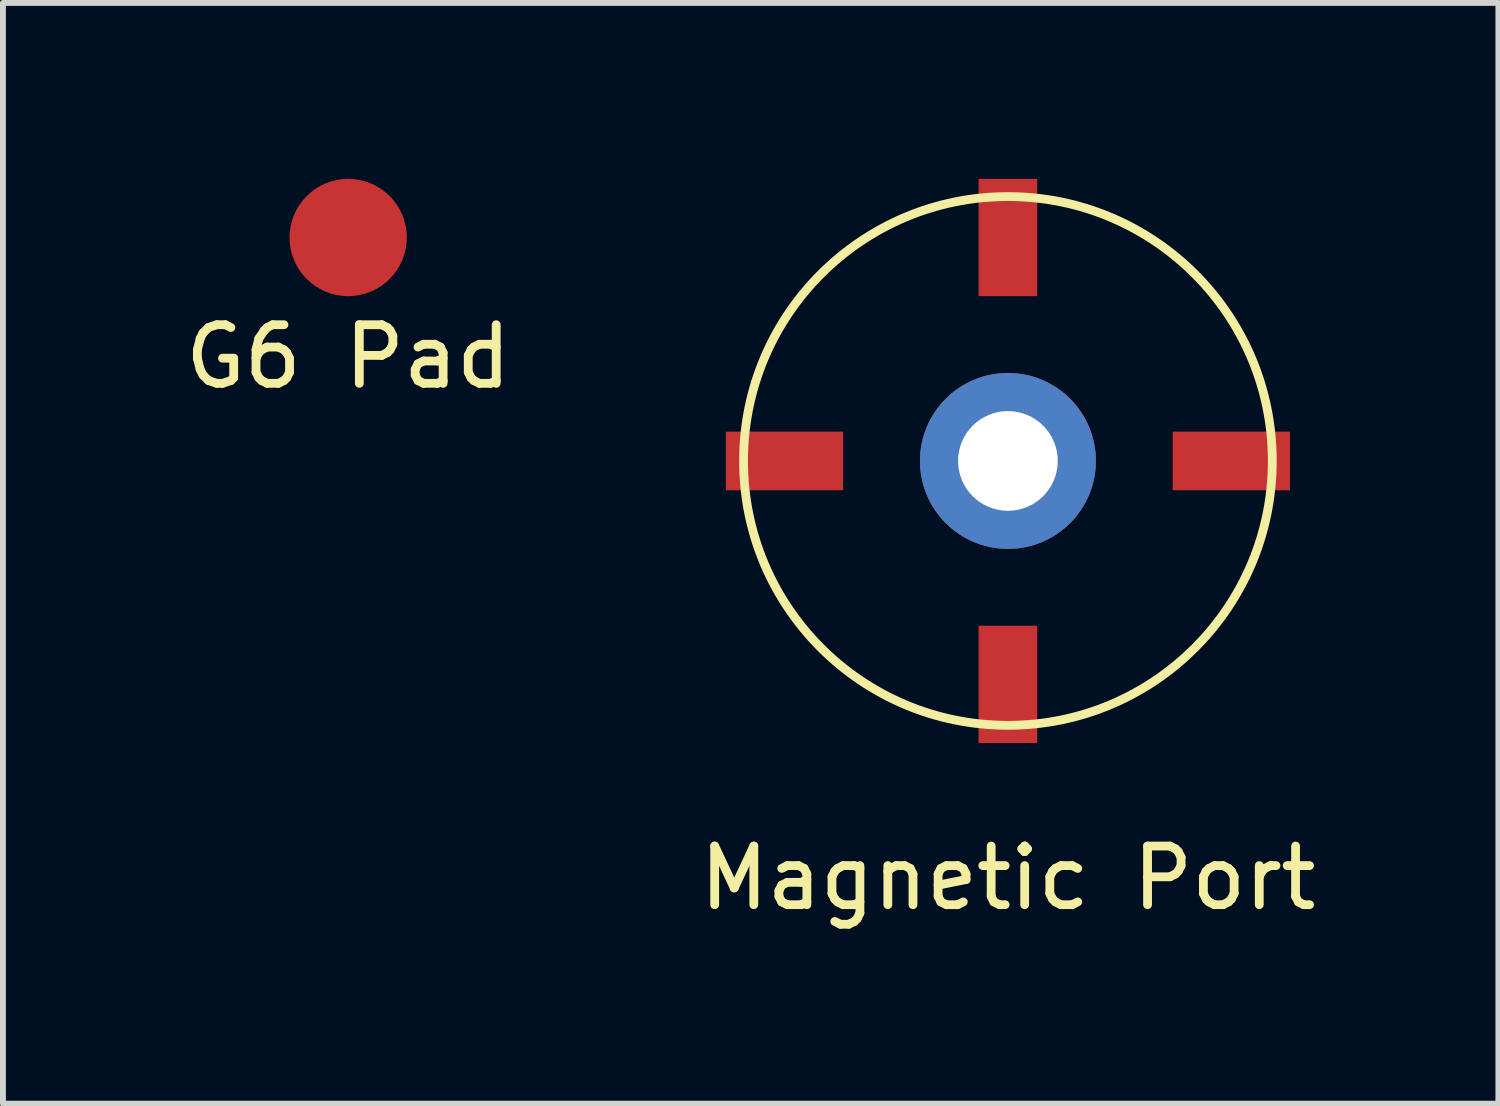
<source format=kicad_pcb>
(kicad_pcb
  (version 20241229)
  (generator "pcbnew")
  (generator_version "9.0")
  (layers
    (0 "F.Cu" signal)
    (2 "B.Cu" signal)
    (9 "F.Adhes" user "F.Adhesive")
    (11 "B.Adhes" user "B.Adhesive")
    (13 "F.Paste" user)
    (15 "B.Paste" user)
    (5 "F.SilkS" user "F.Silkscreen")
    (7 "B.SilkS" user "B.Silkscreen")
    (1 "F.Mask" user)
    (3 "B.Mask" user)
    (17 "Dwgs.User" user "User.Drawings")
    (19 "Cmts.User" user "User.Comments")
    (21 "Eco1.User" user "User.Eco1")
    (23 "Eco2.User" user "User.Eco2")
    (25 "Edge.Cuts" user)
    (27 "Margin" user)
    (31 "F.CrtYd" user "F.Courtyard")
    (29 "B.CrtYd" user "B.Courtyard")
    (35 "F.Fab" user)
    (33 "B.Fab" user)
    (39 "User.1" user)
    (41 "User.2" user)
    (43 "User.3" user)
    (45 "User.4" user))
  (footprint "Magnetic Port"
    (layer "F.Cu")
    (at 14.137 4.81)
    (property "Reference" "Magnetic Port" (at 0 7.112 0) (layer "F.SilkS") (effects (font (size 1 1) (thickness 0.15))))
    (attr through_hole)
    (fp_circle (center 0 0) (end 4.508 0) (stroke (width 0.15) (type solid)) (fill no) (layer "F.SilkS"))
    (pad "1" thru_hole circle (at 0 0) (size 3 3) (drill 1.7) (layers "*.Cu" "*.Mask"))
    (pad "2" smd rect (at -3.81 0) (size 2 1) (layers "F.Cu" "F.Mask" "F.Paste"))
    (pad "2" smd rect (at 0 -3.81 90) (size 2 1) (layers "F.Cu" "F.Mask" "F.Paste"))
    (pad "2" smd rect (at 0 3.81 90) (size 2 1) (layers "F.Cu" "F.Mask" "F.Paste"))
    (pad "2" smd rect (at 3.81 0) (size 2 1) (layers "F.Cu" "F.Mask" "F.Paste")))
  (footprint "G6 Pad"
    (layer "F.Cu")
    (at 2.887 1)
    (property "Reference" "G6 Pad" (at 0 2.032 0) (layer "F.SilkS") (effects (font (size 1 1) (thickness 0.15))))
    (attr through_hole)
    (pad "1" smd circle (at 0 0) (size 2 2) (layers "F.Cu" "F.Mask" "F.Paste")))
  (gr_rect
    (start -3 -3)
    (end 22.5 15.77)
    (stroke (width 0.1) (type default))
    (fill no)
    (layer "Edge.Cuts")))
</source>
